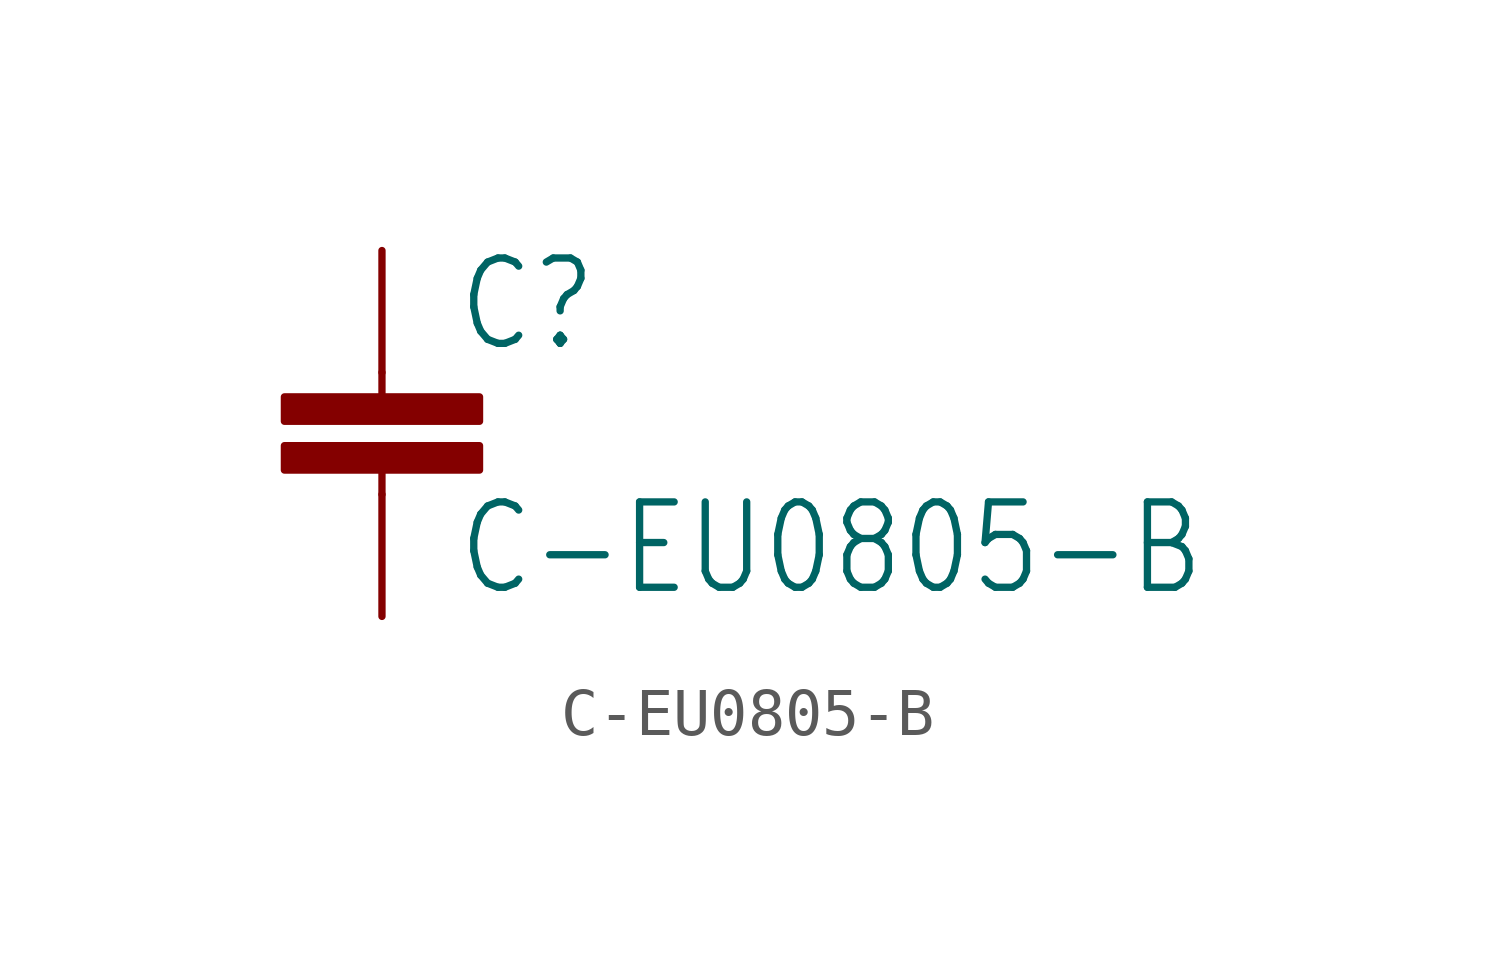
<source format=kicad_sym>
(kicad_symbol_lib
  (version 20211014)
  (generator kicad_symbol_editor)
  (symbol "C-EU0805-B"
    (property "Reference" "C"
      (at 1.524 0.381 0)
      (effects (font (size 1.778 1.511)) (justify left bottom)))
    (property "Value" "C-EU0805-B"
      (at 1.524 -4.699 0)
      (effects (font (size 1.778 1.511)) (justify left bottom)))
    (property "ki_locked" ""
      (at 0 0 0)
      (effects (font (size 1.27 1.27))))
    (symbol "C-EU0805-B_1_0"
      (rectangle (start -2.032 -2.032) (end 2.032 -1.524) (stroke (width 0) (type default)) (fill (type outline)))
      (rectangle (start -2.032 -1.016) (end 2.032 -0.508) (stroke (width 0) (type default)) (fill (type outline)))
      (polyline (pts (xy 0 -2.54) (xy 0 -2.032)) (stroke (width 0.152) (type default)) (fill (type none)))
      (polyline (pts (xy 0 0) (xy 0 -0.508)) (stroke (width 0.152) (type default)) (fill (type none)))
      (pin passive line (at 0 2.54 270) (length 2.54) (name "1" (effects (font (size 0 0)))) (number "1" (effects (font (size 0 0)))))
      (pin passive line (at 0 -5.08 90) (length 2.54) (name "2" (effects (font (size 0 0)))) (number "2" (effects (font (size 0 0))))))))
</source>
